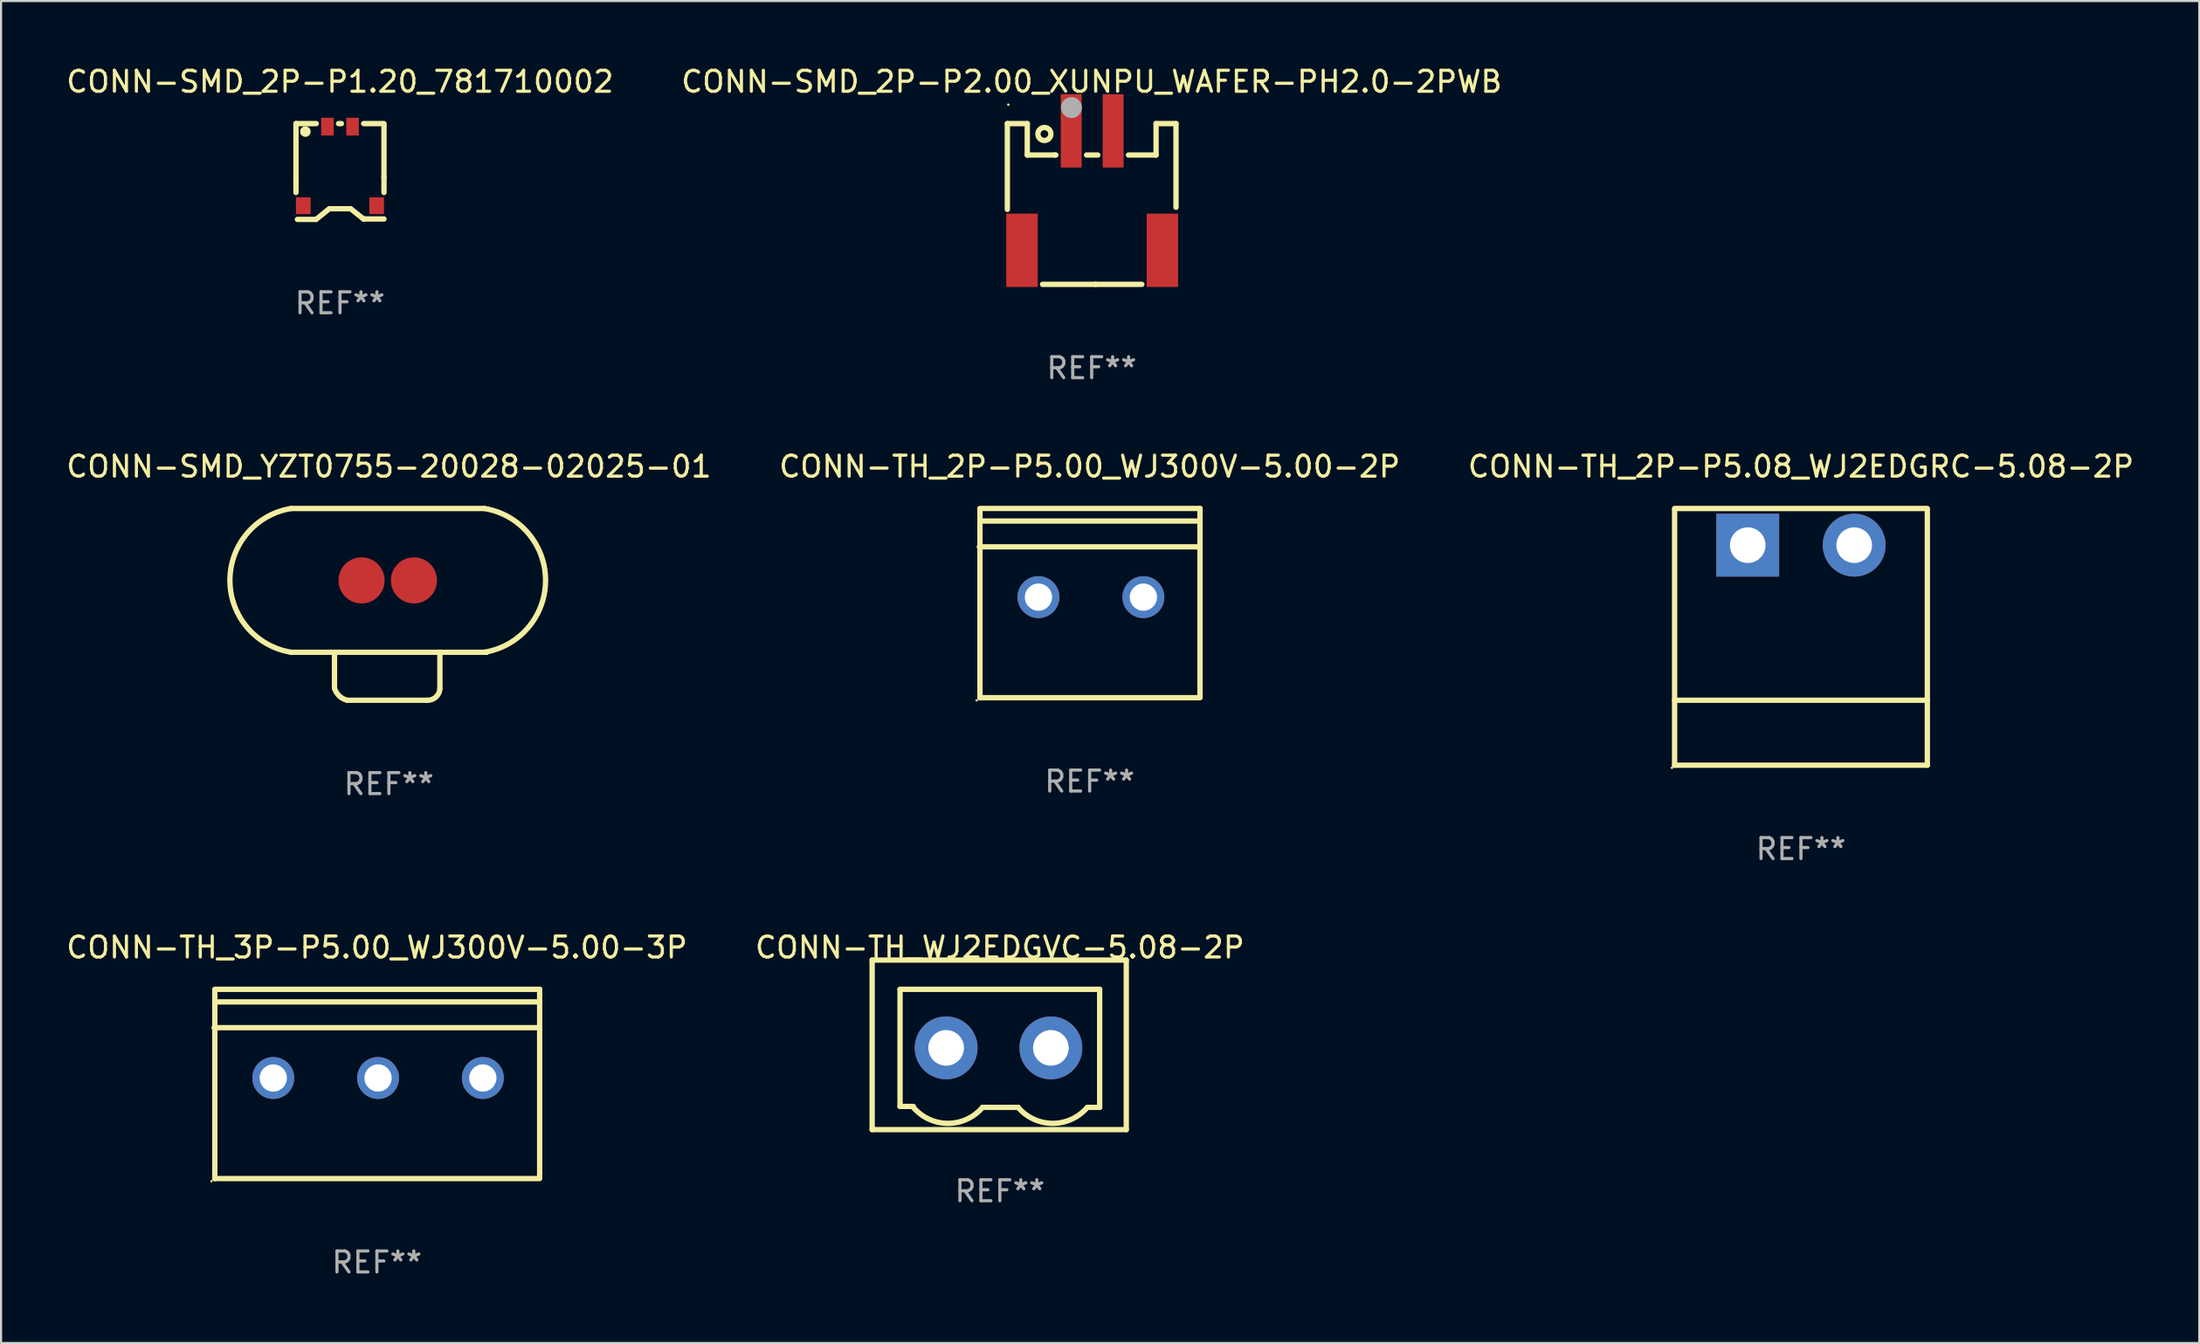
<source format=kicad_pcb>
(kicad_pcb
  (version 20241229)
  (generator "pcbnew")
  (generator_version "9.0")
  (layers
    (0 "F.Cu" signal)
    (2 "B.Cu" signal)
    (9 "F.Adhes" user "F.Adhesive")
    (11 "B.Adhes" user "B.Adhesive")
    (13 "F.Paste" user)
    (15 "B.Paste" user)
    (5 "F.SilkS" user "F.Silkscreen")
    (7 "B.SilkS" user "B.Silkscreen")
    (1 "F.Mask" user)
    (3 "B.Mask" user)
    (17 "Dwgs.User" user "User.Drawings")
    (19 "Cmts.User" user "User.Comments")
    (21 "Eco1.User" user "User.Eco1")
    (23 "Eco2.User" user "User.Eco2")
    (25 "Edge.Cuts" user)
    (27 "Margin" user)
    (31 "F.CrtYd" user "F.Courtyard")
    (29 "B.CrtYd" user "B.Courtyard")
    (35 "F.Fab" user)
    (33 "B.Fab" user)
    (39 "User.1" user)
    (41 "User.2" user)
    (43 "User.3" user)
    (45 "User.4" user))
  (footprint "CONN-SMD_2P-P1.20_781710002"
    (layer "F.Cu")
    (at 13.173 4.88)
    (property "Reference" "CONN-SMD_2P-P1.20_781710002" (at -0.000076 -4.032 0) (layer "F.SilkS") (effects (font (size 1 1) (thickness 0.15))))
    (attr smd)
    (fp_line (start -2.1 -2.032) (end -1.131 -2.032) (stroke (width 0.254) (type solid)) (layer "F.SilkS"))
    (fp_line (start -2.1 0.513) (end -2.1 -2.032) (stroke (width 0.254) (type solid)) (layer "F.SilkS"))
    (fp_line (start -2.1 0.513) (end -2.1 1.256) (stroke (width 0.254) (type solid)) (layer "F.SilkS"))
    (fp_line (start -1.143 2.54) (end -2.032 2.54) (stroke (width 0.254) (type solid)) (layer "F.SilkS"))
    (fp_line (start -0.508 2.032) (end -1.143 2.54) (stroke (width 0.254) (type solid)) (layer "F.SilkS"))
    (fp_line (start -0.381 2.032) (end -0.508 2.032) (stroke (width 0.254) (type solid)) (layer "F.SilkS"))
    (fp_line (start -0.069 -2.032) (end 0.069 -2.032) (stroke (width 0.254) (type solid)) (layer "F.SilkS"))
    (fp_line (start 0.508 2.032) (end -0.381 2.032) (stroke (width 0.254) (type solid)) (layer "F.SilkS"))
    (fp_line (start 1.122 2.519) (end 0.508 2.032) (stroke (width 0.254) (type solid)) (layer "F.SilkS"))
    (fp_line (start 1.131 -2.032) (end 2.032 -2.032) (stroke (width 0.254) (type solid)) (layer "F.SilkS"))
    (fp_line (start 1.143 2.519) (end 1.122 2.519) (stroke (width 0.254) (type solid)) (layer "F.SilkS"))
    (fp_line (start 2.1 0.513) (end 2.1 -2.032) (stroke (width 0.254) (type solid)) (layer "F.SilkS"))
    (fp_line (start 2.1 0.513) (end 2.1 1.256) (stroke (width 0.254) (type solid)) (layer "F.SilkS"))
    (fp_line (start 2.1 2.519) (end 1.143 2.519) (stroke (width 0.254) (type solid)) (layer "F.SilkS"))
    (fp_circle (center -2.1 -2.065) (end -2.07 -2.065) (stroke (width 0.06) (type solid)) (fill no) (layer "F.SilkS"))
    (fp_circle (center -1.651 -1.651) (end -1.524 -1.651) (stroke (width 0.254) (type solid)) (fill no) (layer "F.SilkS"))
    (fp_text user "REF**" (at -0.000076 6.54 0) (layer "F.Fab") (effects (font (size 1 1) (thickness 0.15))))
    (pad "1" smd rect (at -0.6 -1.887) (size 0.6 0.85) (layers "F.Cu" "F.Mask" "F.Paste"))
    (pad "2" smd rect (at 0.6 -1.887) (size 0.6 0.85) (layers "F.Cu" "F.Mask" "F.Paste"))
    (pad "3" smd rect (at -1.75 1.887) (size 0.7 0.8) (layers "F.Cu" "F.Mask" "F.Paste"))
    (pad "4" smd rect (at 1.75 1.887) (size 0.7 0.8) (layers "F.Cu" "F.Mask" "F.Paste")))
  (footprint "CONN-TH_2P-P5.08_WJ2EDGRC-5.08-2P"
    (layer "F.Cu")
    (at 82.887 22.966)
    (property "Reference" "CONN-TH_2P-P5.08_WJ2EDGRC-5.08-2P" (at -0.000025 -3.75 0) (layer "F.SilkS") (effects (font (size 1 1) (thickness 0.15))))
    (attr through_hole)
    (fp_line (start -6.03 7.4) (end 6.03 7.4) (stroke (width 0.254) (type solid)) (layer "F.SilkS"))
    (fp_line (start -6.03 10.5) (end -6.03 -1.7) (stroke (width 0.254) (type solid)) (layer "F.SilkS"))
    (fp_line (start -6.03 10.5) (end 6.03 10.5) (stroke (width 0.254) (type solid)) (layer "F.SilkS"))
    (fp_line (start 6.03 -1.75) (end -6.03 -1.75) (stroke (width 0.254) (type solid)) (layer "F.SilkS"))
    (fp_line (start 6.03 10.5) (end 6.03 -1.7) (stroke (width 0.254) (type solid)) (layer "F.SilkS"))
    (fp_circle (center -6.157 10.627) (end -6.127 10.627) (stroke (width 0.06) (type solid)) (fill no) (layer "F.SilkS"))
    (fp_text user "REF**" (at -0.000025 14.5 0) (layer "F.Fab") (effects (font (size 1 1) (thickness 0.15))))
    (pad "1" thru_hole rect (at -2.54 0) (size 3 3) (drill 1.7) (layers "*.Cu" "*.Mask"))
    (pad "2" thru_hole circle (at 2.54 0) (size 3 3) (drill 1.7) (layers "*.Cu" "*.Mask")))
  (footprint "CONN-TH_WJ2EDGVC-5.08-2P"
    (layer "F.Cu")
    (at 44.597 46.956)
    (property "Reference" "CONN-TH_WJ2EDGVC-5.08-2P" (at 0.064 -4.794 0) (layer "F.SilkS") (effects (font (size 1 1) (thickness 0.15))))
    (attr through_hole)
    (fp_line (start -6.03 -4.191) (end -6.03 3.9) (stroke (width 0.254) (type solid)) (layer "F.SilkS"))
    (fp_line (start -6.03 3.9) (end 6.096 3.9) (stroke (width 0.254) (type solid)) (layer "F.SilkS"))
    (fp_line (start -4.699 -2.794) (end -4.699 2.794) (stroke (width 0.254) (type solid)) (layer "F.SilkS"))
    (fp_line (start -4.699 2.794) (end -4.191 2.794) (stroke (width 0.254) (type solid)) (layer "F.SilkS"))
    (fp_line (start -4.191 2.794) (end -4.064 2.794) (stroke (width 0.254) (type solid)) (layer "F.SilkS"))
    (fp_line (start -0.762 2.839) (end 0.935 2.839) (stroke (width 0.254) (type solid)) (layer "F.SilkS"))
    (fp_line (start 4.237 2.839) (end 4.826 2.839) (stroke (width 0.254) (type solid)) (layer "F.SilkS"))
    (fp_line (start 4.826 -2.794) (end -4.699 -2.794) (stroke (width 0.254) (type solid)) (layer "F.SilkS"))
    (fp_line (start 4.826 2.839) (end 4.826 -2.794) (stroke (width 0.254) (type solid)) (layer "F.SilkS"))
    (fp_line (start 6.096 -4.191) (end -6.03 -4.191) (stroke (width 0.254) (type solid)) (layer "F.SilkS"))
    (fp_line (start 6.096 3.9) (end 6.096 -4.191) (stroke (width 0.254) (type solid)) (layer "F.SilkS"))
    (fp_arc (start -0.762052 2.838913) (mid -2.413056 3.601144) (end -4.06406 2.838913) (stroke (width 0.254001) (type solid)) (layer "F.SilkS"))
    (fp_arc (start 4.236678 2.838913) (mid 2.585674 3.601144) (end 0.93467 2.838913) (stroke (width 0.254001) (type solid)) (layer "F.SilkS"))
    (fp_circle (center -6.03 -4.15) (end -6 -4.15) (stroke (width 0.06) (type solid)) (fill no) (layer "F.SilkS"))
    (fp_text user "REF**" (at 0.064 6.839 0) (layer "F.Fab") (effects (font (size 1 1) (thickness 0.15))))
    (pad "1" thru_hole circle (at -2.499 -0.000025) (size 3 3) (drill 1.7) (layers "*.Cu" "*.Mask"))
    (pad "2" thru_hole circle (at 2.499 -0.000025) (size 3 3) (drill 1.7) (layers "*.Cu" "*.Mask")))
  (footprint "CONN-SMD_2P-P2.00_XUNPU_WAFER-PH2.0-2PWB"
    (layer "F.Cu")
    (at 49.066 6.044)
    (property "Reference" "CONN-SMD_2P-P2.00_XUNPU_WAFER-PH2.0-2PWB" (at -0.024 -5.196 0) (layer "F.SilkS") (effects (font (size 1 1) (thickness 0.15))))
    (attr smd)
    (fp_line (start -4.048 -3.196) (end -3.097 -3.196) (stroke (width 0.254) (type solid)) (layer "F.SilkS"))
    (fp_line (start -4.048 0.898) (end -4.048 -3.196) (stroke (width 0.254) (type solid)) (layer "F.SilkS"))
    (fp_line (start -3.097 -3.196) (end -3.097 -1.697) (stroke (width 0.254) (type solid)) (layer "F.SilkS"))
    (fp_line (start -3.097 -1.697) (end -1.779 -1.697) (stroke (width 0.254) (type solid)) (layer "F.SilkS"))
    (fp_line (start -1.779 -1.697) (end -1.731 -1.697) (stroke (width 0.254) (type solid)) (layer "F.SilkS"))
    (fp_line (start -0.269 -1.697) (end 0.269 -1.697) (stroke (width 0.254) (type solid)) (layer "F.SilkS"))
    (fp_line (start 0.164 4.475) (end -2.369 4.475) (stroke (width 0.254) (type solid)) (layer "F.SilkS"))
    (fp_line (start 0.164 4.475) (end 2.369 4.475) (stroke (width 0.254) (type solid)) (layer "F.SilkS"))
    (fp_line (start 3.049 -1.697) (end 1.731 -1.697) (stroke (width 0.254) (type solid)) (layer "F.SilkS"))
    (fp_line (start 3.049 -3.196) (end 3.049 -1.697) (stroke (width 0.254) (type solid)) (layer "F.SilkS"))
    (fp_line (start 4 -3.196) (end 3.049 -3.196) (stroke (width 0.254) (type solid)) (layer "F.SilkS"))
    (fp_line (start 4 -3.196) (end 4 0.798) (stroke (width 0.254) (type solid)) (layer "F.SilkS"))
    (fp_circle (center -4 -4.1) (end -3.97 -4.1) (stroke (width 0.06) (type solid)) (fill no) (layer "F.SilkS"))
    (fp_circle (center -2.28 -2.7) (end -1.97 -2.7) (stroke (width 0.254) (type solid)) (fill no) (layer "F.SilkS"))
    (fp_circle (center -0.99 -3.96) (end -0.74 -3.96) (stroke (width 0.5) (type solid)) (fill no) (layer "F.Fab"))
    (fp_text user "REF**" (at -0.024 8.475 0) (layer "F.Fab") (effects (font (size 1 1) (thickness 0.15))))
    (pad "1" smd rect (at -1 -2.85) (size 1 3.5) (layers "F.Cu" "F.Mask" "F.Paste"))
    (pad "2" smd rect (at 1 -2.85) (size 1 3.5) (layers "F.Cu" "F.Mask" "F.Paste"))
    (pad "4" smd rect (at 3.35 2.85) (size 1.5 3.5) (layers "F.Cu" "F.Mask" "F.Paste"))
    (pad "5" smd rect (at -3.35 2.85) (size 1.5 3.5) (layers "F.Cu" "F.Mask" "F.Paste")))
  (footprint "CONN-TH_2P-P5.00_WJ300V-5.00-2P"
    (layer "F.Cu")
    (at 49.006 25.446)
    (property "Reference" "CONN-TH_2P-P5.00_WJ300V-5.00-2P" (at -0.06 -6.231 0) (layer "F.SilkS") (effects (font (size 1 1) (thickness 0.15))))
    (attr through_hole)
    (fp_line (start -5.325 -2.401) (end 5.175 -2.401) (stroke (width 0.254) (type solid)) (layer "F.SilkS"))
    (fp_line (start -5.295 -4.231) (end 5.205 -4.231) (stroke (width 0.254) (type solid)) (layer "F.SilkS"))
    (fp_line (start -5.295 -4.201) (end -5.295 4.799) (stroke (width 0.254) (type solid)) (layer "F.SilkS"))
    (fp_line (start -5.295 -3.631) (end 5.205 -3.631) (stroke (width 0.254) (type solid)) (layer "F.SilkS"))
    (fp_line (start -5.295 4.799) (end 5.205 4.799) (stroke (width 0.254) (type solid)) (layer "F.SilkS"))
    (fp_line (start 5.205 -4.231) (end 5.205 4.769) (stroke (width 0.254) (type solid)) (layer "F.SilkS"))
    (fp_circle (center -5.452 4.926) (end -5.422 4.926) (stroke (width 0.06) (type solid)) (fill no) (layer "F.SilkS"))
    (fp_text user "REF**" (at -0.06 8.799 0) (layer "F.Fab") (effects (font (size 1 1) (thickness 0.15))))
    (pad "1" thru_hole circle (at -2.504 0) (size 2 2) (drill 1.3) (layers "*.Cu" "*.Mask"))
    (pad "2" thru_hole circle (at 2.504 0) (size 2 2) (drill 1.3) (layers "*.Cu" "*.Mask")))
  (footprint "CONN-SMD_YZT0755-20028-02025-01"
    (layer "F.Cu")
    (at 15.453 24.647)
    (property "Reference" "CONN-SMD_YZT0755-20028-02025-01" (at 0.053 -5.431 0) (layer "F.SilkS") (effects (font (size 1 1) (thickness 0.15))))
    (attr smd)
    (fp_line (start -4.611 3.429) (end 4.715 3.429) (stroke (width 0.254) (type solid)) (layer "F.SilkS"))
    (fp_line (start -2.542 5.144) (end -2.542 3.429) (stroke (width 0.254) (type solid)) (layer "F.SilkS"))
    (fp_line (start -1.937 5.719) (end 1.883 5.719) (stroke (width 0.254) (type solid)) (layer "F.SilkS"))
    (fp_line (start 2.488 5.16) (end 2.488 3.429) (stroke (width 0.254) (type solid)) (layer "F.SilkS"))
    (fp_line (start 4.612 -3.431) (end -4.611 -3.431) (stroke (width 0.254) (type solid)) (layer "F.SilkS"))
    (fp_line (start 4.715 3.429) (end 4.716 3.428) (stroke (width 0.254) (type solid)) (layer "F.SilkS"))
    (fp_arc (start -4.611024 3.429007) (mid -7.531483 -0.000991) (end -4.611023 -3.430989) (stroke (width 0.254001) (type solid)) (layer "F.SilkS"))
    (fp_arc (start -1.936627 5.720091) (mid -2.315589 5.511976) (end -2.542138 5.143738) (stroke (width 0.254001) (type solid)) (layer "F.SilkS"))
    (fp_arc (start 2.488062 5.161316) (mid 2.300357 5.564984) (end 1.882804 5.719354) (stroke (width 0.254001) (type solid)) (layer "F.SilkS"))
    (fp_arc (start 4.611811 -3.430988) (mid 7.5296 -0.000991) (end 4.61181 3.429006) (stroke (width 0.254001) (type solid)) (layer "F.SilkS"))
    (fp_text user "REF**" (at 0.053 9.719 0) (layer "F.Fab") (effects (font (size 1 1) (thickness 0.15))))
    (pad "1" smd circle (at -1.25 0) (size 2.2 2.2) (layers "F.Cu" "F.Mask" "F.Paste"))
    (pad "2" smd circle (at 1.25 0) (size 2.2 2.2) (layers "F.Cu" "F.Mask" "F.Paste")))
  (footprint "CONN-TH_3P-P5.00_WJ300V-5.00-3P"
    (layer "F.Cu")
    (at 14.99 48.393)
    (property "Reference" "CONN-TH_3P-P5.00_WJ300V-5.00-3P" (at -0.055 -6.231 0) (layer "F.SilkS") (effects (font (size 1 1) (thickness 0.15))))
    (attr through_hole)
    (fp_line (start -7.82 -2.401) (end 7.68 -2.401) (stroke (width 0.254) (type solid)) (layer "F.SilkS"))
    (fp_line (start -7.79 -4.231) (end 7.71 -4.231) (stroke (width 0.254) (type solid)) (layer "F.SilkS"))
    (fp_line (start -7.79 -4.201) (end -7.79 4.799) (stroke (width 0.254) (type solid)) (layer "F.SilkS"))
    (fp_line (start -7.79 -3.631) (end 7.71 -3.631) (stroke (width 0.254) (type solid)) (layer "F.SilkS"))
    (fp_line (start -7.79 4.799) (end 7.71 4.799) (stroke (width 0.254) (type solid)) (layer "F.SilkS"))
    (fp_line (start 7.71 -4.231) (end 7.71 4.769) (stroke (width 0.254) (type solid)) (layer "F.SilkS"))
    (fp_circle (center -7.947 4.926) (end -7.917 4.926) (stroke (width 0.06) (type solid)) (fill no) (layer "F.SilkS"))
    (fp_text user "REF**" (at -0.055 8.799 0) (layer "F.Fab") (effects (font (size 1 1) (thickness 0.15))))
    (pad "1" thru_hole circle (at -5 0) (size 2 2) (drill 1.3) (layers "*.Cu" "*.Mask"))
    (pad "2" thru_hole circle (at 0 0) (size 2 2) (drill 1.3) (layers "*.Cu" "*.Mask"))
    (pad "3" thru_hole circle (at 5 0) (size 2 2) (drill 1.3) (layers "*.Cu" "*.Mask")))
  (gr_rect
    (start -3 -3)
    (end 101.893 61.041)
    (stroke (width 0.1) (type default))
    (fill no)
    (layer "Edge.Cuts")))
</source>
